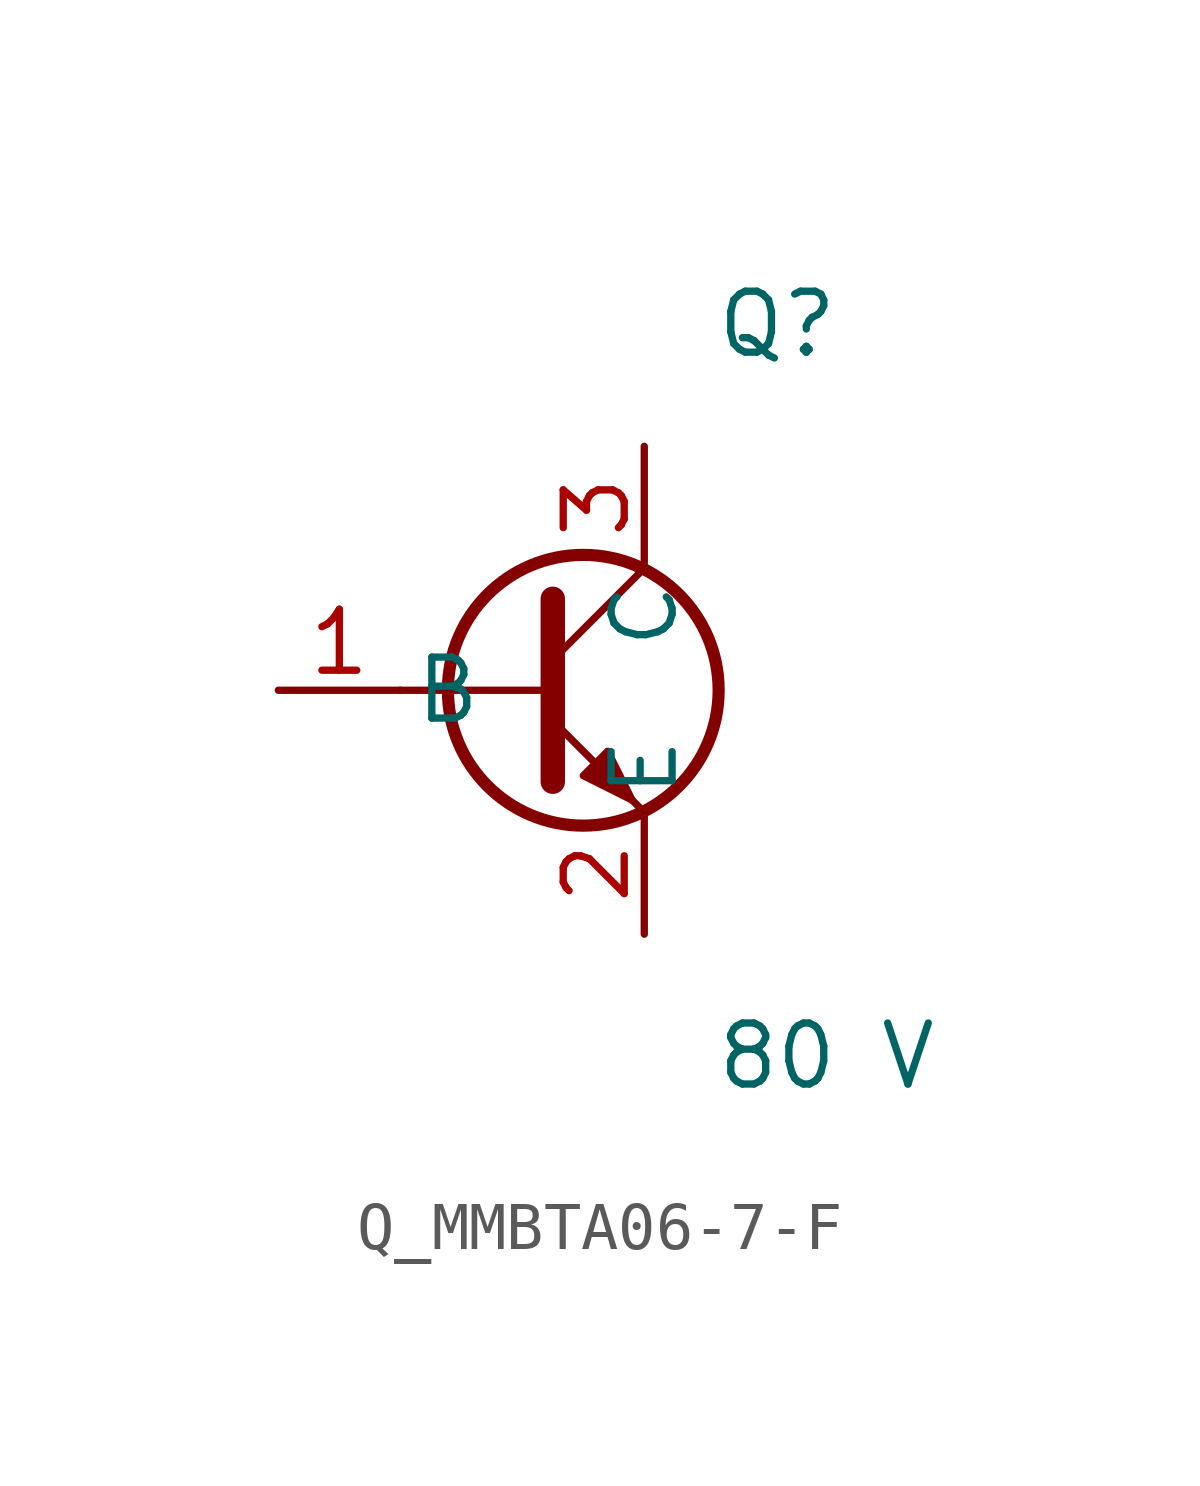
<source format=kicad_sym>
(kicad_symbol_lib
  (version 20231120)
  (generator kicad_symbol_editor)
  (generator_version 8.0)
  (symbol "Q_MMBTA06-7-F"
    (pin_names
      (offset 0.254))
    (property "Reference" "Q"
      (at 4 7.62 0)
      (effects (font (size 1.27 1.27)) (justify left)))
    (property "Value" "80 V"
      (at 4 -7.62 0)
      (effects (font (size 1.27 1.27)) (justify left)))
    (symbol "Q_MMBTA06-7-F_1_0"
      (polyline (pts (xy -2.54 0) (xy 0.635 0)) (stroke (width 0) (type default)) (fill (type none)))
      (polyline (pts (xy 0.635 1.905) (xy 0.635 -1.905)) (stroke (width 0.508) (type default)) (fill (type none)))
      (polyline (pts (xy 0.635 0.635) (xy 2.54 2.54)) (stroke (width 0) (type default)) (fill (type none)))
      (polyline (pts (xy 0.635 -0.635) (xy 2.54 -2.54)) (stroke (width 0) (type default)) (fill (type none)))
      (circle (center 1.27 0) (radius 2.819) (stroke (width 0.254) (type default)) (fill (type none)))
      (polyline (pts (xy 1.27 -1.778) (xy 1.778 -1.27) (xy 2.286 -2.286) (xy 1.27 -1.778)) (stroke (width 0) (type default)) (fill (type outline)))
      (pin passive line (at -5.08 0 0) (length 2.54) (name "B" (effects (font (size 1.27 1.27)))) (number "1" (effects (font (size 1.27 1.27)))))
      (pin passive line (at 2.54 5.08 270) (length 2.54) (name "C" (effects (font (size 1.27 1.27)))) (number "3" (effects (font (size 1.27 1.27)))))
      (pin passive line (at 2.54 -5.08 90) (length 2.54) (name "E" (effects (font (size 1.27 1.27)))) (number "2" (effects (font (size 1.27 1.27))))))))
</source>
